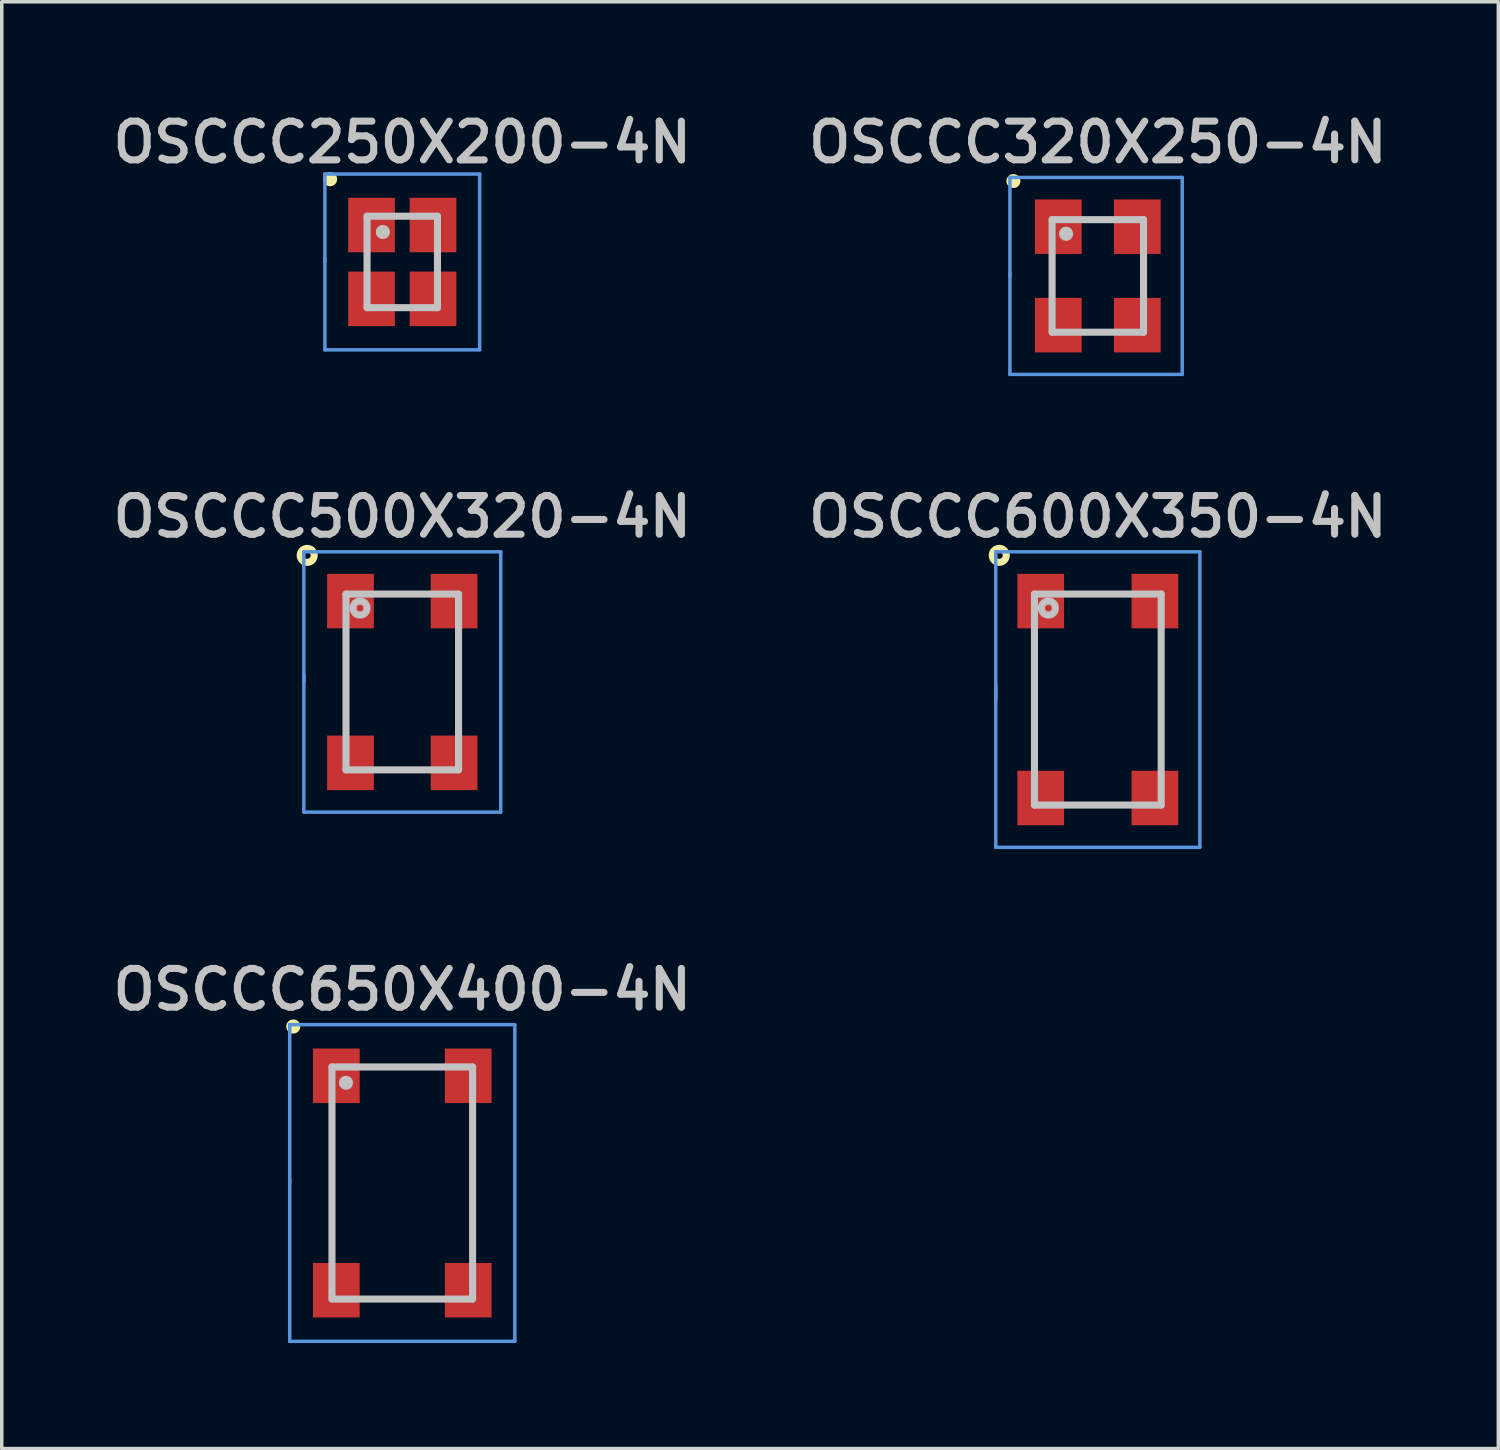
<source format=kicad_pcb>
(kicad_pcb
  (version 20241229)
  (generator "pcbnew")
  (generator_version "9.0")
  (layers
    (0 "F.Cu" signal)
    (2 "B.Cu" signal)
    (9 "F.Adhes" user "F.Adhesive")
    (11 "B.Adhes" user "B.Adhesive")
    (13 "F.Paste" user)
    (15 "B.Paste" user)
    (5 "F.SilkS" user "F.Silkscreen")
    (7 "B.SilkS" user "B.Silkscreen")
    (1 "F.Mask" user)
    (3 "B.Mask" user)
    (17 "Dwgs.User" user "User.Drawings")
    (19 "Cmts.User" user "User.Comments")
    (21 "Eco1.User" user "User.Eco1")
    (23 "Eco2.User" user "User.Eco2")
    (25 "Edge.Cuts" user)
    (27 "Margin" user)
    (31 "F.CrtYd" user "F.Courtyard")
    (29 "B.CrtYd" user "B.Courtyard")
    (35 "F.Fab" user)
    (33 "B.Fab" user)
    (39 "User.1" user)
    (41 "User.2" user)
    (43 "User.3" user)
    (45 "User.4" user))
  (footprint "OSCCC600X350-4N"
    (layer "F.Cu")
    (at 28.162 16.839)
    (property "Reference" "OSCCC600X350-4N" (at 0 -5.199 0) (layer "Dwgs.User") (effects (font (size 1.1 1.1) (thickness 0.201))))
    (attr smd)
    (fp_circle (center -2.802 -4.1) (end -2.703 -4.1) (stroke (width 0.201) (type solid)) (fill no) (layer "F.SilkS"))
    (fp_line (start -1.801 -3) (end 1.801 -3) (stroke (width 0.201) (type solid)) (layer "Dwgs.User"))
    (fp_line (start -1.801 3) (end -1.801 -3) (stroke (width 0.201) (type solid)) (layer "Dwgs.User"))
    (fp_line (start 1.801 -3) (end 1.801 3) (stroke (width 0.201) (type solid)) (layer "Dwgs.User"))
    (fp_line (start 1.801 3) (end -1.801 3) (stroke (width 0.201) (type solid)) (layer "Dwgs.User"))
    (fp_circle (center -1.405 -2.601) (end -1.306 -2.601) (stroke (width 0.201) (type solid)) (fill no) (layer "Dwgs.User"))
    (fp_line (start -2.901 -4.201) (end 2.901 -4.201) (stroke (width 0.099) (type solid)) (layer "Cmts.User"))
    (fp_line (start -2.901 0) (end -2.901 -4.201) (stroke (width 0.099) (type solid)) (layer "Cmts.User"))
    (fp_line (start -2.901 4.201) (end -2.901 -0.399) (stroke (width 0.099) (type solid)) (layer "Cmts.User"))
    (fp_line (start 2.901 -4.201) (end 2.901 4.201) (stroke (width 0.099) (type solid)) (layer "Cmts.User"))
    (fp_line (start 2.901 4.201) (end -2.901 4.201) (stroke (width 0.099) (type solid)) (layer "Cmts.User"))
    (pad "1" smd rect (at -1.623 -2.799 180) (size 1.328 1.549) (layers "F.Cu" "F.Mask" "F.Paste"))
    (pad "2" smd rect (at -1.623 2.799 180) (size 1.328 1.549) (layers "F.Cu" "F.Mask" "F.Paste"))
    (pad "3" smd rect (at 1.623 2.799) (size 1.328 1.549) (layers "F.Cu" "F.Mask" "F.Paste"))
    (pad "4" smd rect (at 1.623 -2.799) (size 1.328 1.549) (layers "F.Cu" "F.Mask" "F.Paste")))
  (footprint "OSCCC320X250-4N"
    (layer "F.Cu")
    (at 28.162 4.795)
    (property "Reference" "OSCCC320X250-4N" (at 0 -3.8 0) (layer "Dwgs.User") (effects (font (size 1.1 1.1) (thickness 0.201))))
    (attr smd)
    (fp_circle (center -2.4 -2.697) (end -2.299 -2.697) (stroke (width 0.201) (type solid)) (fill no) (layer "F.SilkS"))
    (fp_line (start -1.3 -1.6) (end 1.3 -1.6) (stroke (width 0.201) (type solid)) (layer "Dwgs.User"))
    (fp_line (start -1.3 1.6) (end -1.3 -1.6) (stroke (width 0.201) (type solid)) (layer "Dwgs.User"))
    (fp_line (start 1.3 -1.6) (end 1.3 1.6) (stroke (width 0.201) (type solid)) (layer "Dwgs.User"))
    (fp_line (start 1.3 1.6) (end -1.3 1.6) (stroke (width 0.201) (type solid)) (layer "Dwgs.User"))
    (fp_circle (center -0.902 -1.199) (end -0.8 -1.199) (stroke (width 0.201) (type solid)) (fill no) (layer "Dwgs.User"))
    (fp_line (start -2.499 -2.799) (end 2.4 -2.799) (stroke (width 0.099) (type solid)) (layer "Cmts.User"))
    (fp_line (start -2.499 0) (end -2.499 -2.799) (stroke (width 0.099) (type solid)) (layer "Cmts.User"))
    (fp_line (start -2.499 2.799) (end -2.499 -0.099) (stroke (width 0.099) (type solid)) (layer "Cmts.User"))
    (fp_line (start 2.4 -2.799) (end 2.4 2.799) (stroke (width 0.099) (type solid)) (layer "Cmts.User"))
    (fp_line (start 2.4 2.799) (end -2.499 2.799) (stroke (width 0.099) (type solid)) (layer "Cmts.User"))
    (pad "1" smd rect (at -1.123 -1.4 180) (size 1.328 1.549) (layers "F.Cu" "F.Mask" "F.Paste"))
    (pad "2" smd rect (at -1.123 1.4 180) (size 1.328 1.549) (layers "F.Cu" "F.Mask" "F.Paste"))
    (pad "3" smd rect (at 1.123 1.4) (size 1.328 1.549) (layers "F.Cu" "F.Mask" "F.Paste"))
    (pad "4" smd rect (at 1.123 -1.4) (size 1.328 1.549) (layers "F.Cu" "F.Mask" "F.Paste")))
  (footprint "OSCCC500X320-4N"
    (layer "F.Cu")
    (at 8.387 16.339)
    (property "Reference" "OSCCC500X320-4N" (at 0 -4.699 0) (layer "Dwgs.User") (effects (font (size 1.1 1.1) (thickness 0.201))))
    (attr smd)
    (fp_circle (center -2.703 -3.599) (end -2.703 -3.698) (stroke (width 0.201) (type solid)) (fill no) (layer "F.SilkS"))
    (fp_line (start -1.6 -2.499) (end 1.6 -2.499) (stroke (width 0.201) (type solid)) (layer "Dwgs.User"))
    (fp_line (start -1.6 2.499) (end -1.6 -2.499) (stroke (width 0.201) (type solid)) (layer "Dwgs.User"))
    (fp_line (start 1.6 -2.499) (end 1.6 2.499) (stroke (width 0.201) (type solid)) (layer "Dwgs.User"))
    (fp_line (start 1.6 2.499) (end -1.6 2.499) (stroke (width 0.201) (type solid)) (layer "Dwgs.User"))
    (fp_circle (center -1.201 -2.101) (end -1.201 -2.2) (stroke (width 0.201) (type solid)) (fill no) (layer "Dwgs.User"))
    (fp_line (start -2.799 -3.701) (end 2.799 -3.701) (stroke (width 0.099) (type solid)) (layer "Cmts.User"))
    (fp_line (start -2.799 0) (end -2.799 -3.701) (stroke (width 0.099) (type solid)) (layer "Cmts.User"))
    (fp_line (start -2.799 3.701) (end -2.799 -0.201) (stroke (width 0.099) (type solid)) (layer "Cmts.User"))
    (fp_line (start 2.799 -3.701) (end 2.799 3.701) (stroke (width 0.099) (type solid)) (layer "Cmts.User"))
    (fp_line (start 2.799 3.701) (end -2.799 3.701) (stroke (width 0.099) (type solid)) (layer "Cmts.User"))
    (pad "1" smd rect (at -1.473 -2.299 180) (size 1.328 1.549) (layers "F.Cu" "F.Mask" "F.Paste"))
    (pad "2" smd rect (at -1.473 2.299 180) (size 1.328 1.549) (layers "F.Cu" "F.Mask" "F.Paste"))
    (pad "3" smd rect (at 1.473 2.299) (size 1.328 1.549) (layers "F.Cu" "F.Mask" "F.Paste"))
    (pad "4" smd rect (at 1.473 -2.299) (size 1.328 1.549) (layers "F.Cu" "F.Mask" "F.Paste")))
  (footprint "OSCCC250X200-4N"
    (layer "F.Cu")
    (at 8.387 4.397)
    (property "Reference" "OSCCC250X200-4N" (at 0 -3.401 0) (layer "Dwgs.User") (effects (font (size 1.1 1.1) (thickness 0.201))))
    (attr smd)
    (fp_circle (center -2.052 -2.352) (end -2.052 -2.454) (stroke (width 0.201) (type solid)) (fill no) (layer "F.SilkS"))
    (fp_line (start -1.001 -1.3) (end 1.001 -1.3) (stroke (width 0.201) (type solid)) (layer "Dwgs.User"))
    (fp_line (start -1.001 1.3) (end -1.001 -1.3) (stroke (width 0.201) (type solid)) (layer "Dwgs.User"))
    (fp_line (start 1.001 -1.3) (end 1.001 1.3) (stroke (width 0.201) (type solid)) (layer "Dwgs.User"))
    (fp_line (start 1.001 1.3) (end -1.001 1.3) (stroke (width 0.201) (type solid)) (layer "Dwgs.User"))
    (fp_circle (center -0.551 -0.851) (end -0.551 -0.953) (stroke (width 0.201) (type solid)) (fill no) (layer "Dwgs.User"))
    (fp_line (start -2.2 -2.499) (end 2.2 -2.499) (stroke (width 0.099) (type solid)) (layer "Cmts.User"))
    (fp_line (start -2.2 0) (end -2.2 -2.499) (stroke (width 0.099) (type solid)) (layer "Cmts.User"))
    (fp_line (start -2.2 2.499) (end -2.2 -0.099) (stroke (width 0.099) (type solid)) (layer "Cmts.User"))
    (fp_line (start 2.2 -2.499) (end 2.2 2.499) (stroke (width 0.099) (type solid)) (layer "Cmts.User"))
    (fp_line (start 2.2 2.499) (end -2.2 2.499) (stroke (width 0.099) (type solid)) (layer "Cmts.User"))
    (pad "1" smd rect (at -0.874 -1.049 180) (size 1.328 1.549) (layers "F.Cu" "F.Mask" "F.Paste"))
    (pad "2" smd rect (at -0.874 1.049 180) (size 1.328 1.549) (layers "F.Cu" "F.Mask" "F.Paste"))
    (pad "3" smd rect (at 0.874 1.049) (size 1.328 1.549) (layers "F.Cu" "F.Mask" "F.Paste"))
    (pad "4" smd rect (at 0.874 -1.049) (size 1.328 1.549) (layers "F.Cu" "F.Mask" "F.Paste")))
  (footprint "OSCCC650X400-4N"
    (layer "F.Cu")
    (at 8.387 30.584)
    (property "Reference" "OSCCC650X400-4N" (at 0 -5.499 0) (layer "Dwgs.User") (effects (font (size 1.1 1.1) (thickness 0.201))))
    (attr smd)
    (fp_circle (center -3.099 -4.45) (end -2.997 -4.45) (stroke (width 0.201) (type solid)) (fill no) (layer "F.SilkS"))
    (fp_line (start -1.999 -3.299) (end 1.999 -3.299) (stroke (width 0.201) (type solid)) (layer "Dwgs.User"))
    (fp_line (start -1.999 3.299) (end -1.999 -3.299) (stroke (width 0.201) (type solid)) (layer "Dwgs.User"))
    (fp_line (start 1.999 -3.299) (end 1.999 3.299) (stroke (width 0.201) (type solid)) (layer "Dwgs.User"))
    (fp_line (start 1.999 3.299) (end -1.999 3.299) (stroke (width 0.201) (type solid)) (layer "Dwgs.User"))
    (fp_circle (center -1.6 -2.85) (end -1.499 -2.85) (stroke (width 0.201) (type solid)) (fill no) (layer "Dwgs.User"))
    (fp_line (start -3.2 -4.501) (end 3.2 -4.501) (stroke (width 0.099) (type solid)) (layer "Cmts.User"))
    (fp_line (start -3.2 0) (end -3.2 -4.501) (stroke (width 0.099) (type solid)) (layer "Cmts.User"))
    (fp_line (start -3.2 4.501) (end -3.2 -0.099) (stroke (width 0.099) (type solid)) (layer "Cmts.User"))
    (fp_line (start 3.2 -4.501) (end 3.2 4.501) (stroke (width 0.099) (type solid)) (layer "Cmts.User"))
    (fp_line (start 3.2 4.501) (end -3.2 4.501) (stroke (width 0.099) (type solid)) (layer "Cmts.User"))
    (pad "1" smd rect (at -1.875 -3.048 180) (size 1.328 1.549) (layers "F.Cu" "F.Mask" "F.Paste"))
    (pad "2" smd rect (at -1.875 3.048 180) (size 1.328 1.549) (layers "F.Cu" "F.Mask" "F.Paste"))
    (pad "3" smd rect (at 1.875 3.048) (size 1.328 1.549) (layers "F.Cu" "F.Mask" "F.Paste"))
    (pad "4" smd rect (at 1.875 -3.048) (size 1.328 1.549) (layers "F.Cu" "F.Mask" "F.Paste")))
  (gr_rect
    (start -3 -3)
    (end 39.549 38.135)
    (stroke (width 0.1) (type default))
    (fill no)
    (layer "Edge.Cuts")))
</source>
